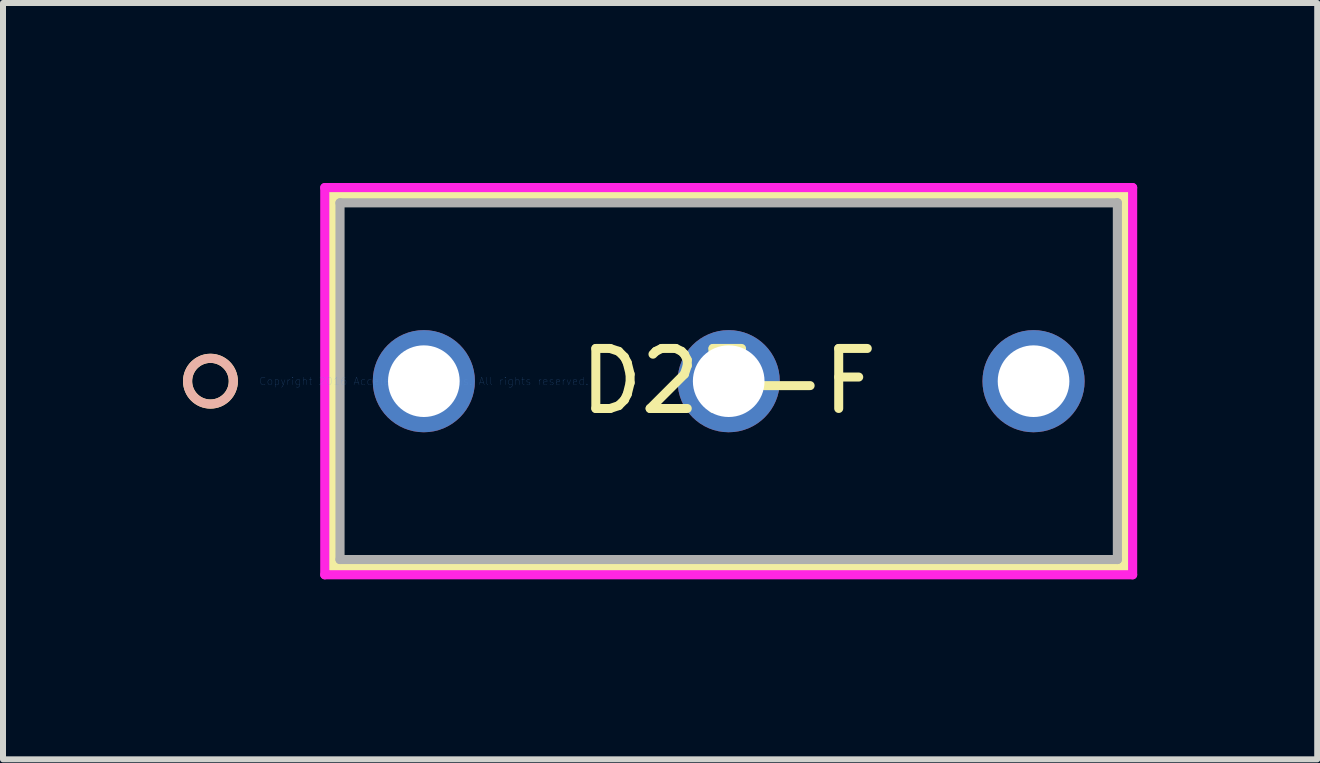
<source format=kicad_pcb>
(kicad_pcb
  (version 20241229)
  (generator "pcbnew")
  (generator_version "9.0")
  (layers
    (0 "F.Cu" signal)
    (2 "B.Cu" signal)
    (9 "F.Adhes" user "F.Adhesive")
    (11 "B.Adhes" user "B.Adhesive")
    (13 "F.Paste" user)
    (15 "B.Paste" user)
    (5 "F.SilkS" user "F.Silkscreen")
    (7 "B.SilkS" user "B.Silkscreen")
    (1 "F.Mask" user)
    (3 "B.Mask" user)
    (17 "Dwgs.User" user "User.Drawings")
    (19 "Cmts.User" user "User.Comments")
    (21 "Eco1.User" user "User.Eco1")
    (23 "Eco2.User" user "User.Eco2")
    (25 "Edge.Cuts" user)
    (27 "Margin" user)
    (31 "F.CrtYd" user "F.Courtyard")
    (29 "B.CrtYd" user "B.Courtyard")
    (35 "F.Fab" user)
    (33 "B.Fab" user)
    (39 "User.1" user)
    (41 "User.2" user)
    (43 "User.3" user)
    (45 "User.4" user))
  (footprint "D2F-F"
    (layer "F.Cu")
    (at 4.013 3.302)
    (property "Reference" "D2F-F" (at 5.08 0 0) (layer "F.SilkS") (effects (font (size 1 1) (thickness 0.15))))
    (attr through_hole)
    (fp_line (start -1.524 -3.099) (end -1.524 3.099) (stroke (width 0.152) (type solid)) (layer "F.SilkS"))
    (fp_line (start -1.524 3.099) (end 11.684 3.099) (stroke (width 0.152) (type solid)) (layer "F.SilkS"))
    (fp_line (start 11.684 -3.099) (end -1.524 -3.099) (stroke (width 0.152) (type solid)) (layer "F.SilkS"))
    (fp_line (start 11.684 3.099) (end 11.684 -3.099) (stroke (width 0.152) (type solid)) (layer "F.SilkS"))
    (fp_circle (center -3.556 0) (end -3.175 0) (stroke (width 0.152) (type solid)) (fill no) (layer "F.SilkS"))
    (fp_circle (center -3.556 0) (end -3.175 0) (stroke (width 0.152) (type solid)) (fill no) (layer "B.SilkS"))
    (fp_line (start -1.651 -3.226) (end -1.651 3.226) (stroke (width 0.152) (type solid)) (layer "F.CrtYd"))
    (fp_line (start -1.651 3.226) (end 11.811 3.226) (stroke (width 0.152) (type solid)) (layer "F.CrtYd"))
    (fp_line (start 11.811 -3.226) (end -1.651 -3.226) (stroke (width 0.152) (type solid)) (layer "F.CrtYd"))
    (fp_line (start 11.811 3.226) (end 11.811 -3.226) (stroke (width 0.152) (type solid)) (layer "F.CrtYd"))
    (fp_line (start -1.397 -2.972) (end -1.397 2.972) (stroke (width 0.152) (type solid)) (layer "F.Fab"))
    (fp_line (start -1.397 2.972) (end 11.557 2.972) (stroke (width 0.152) (type solid)) (layer "F.Fab"))
    (fp_line (start 11.557 -2.972) (end -1.397 -2.972) (stroke (width 0.152) (type solid)) (layer "F.Fab"))
    (fp_line (start 11.557 2.972) (end 11.557 -2.972) (stroke (width 0.152) (type solid)) (layer "F.Fab"))
    (fp_circle (center 0 0) (end 0.381 0) (stroke (width 0.152) (type solid)) (fill no) (layer "F.Fab"))
    (fp_text user "Copyright 2016 Accelerated Designs. All rights reserved." (at 0 0 0) (layer "Cmts.User") (effects (font (size 0.127 0.127) (thickness 0.002))))
    (pad "1" thru_hole circle (at 0 0) (size 1.702 1.702) (drill 1.194) (layers "*.Cu" "*.Mask"))
    (pad "2" thru_hole circle (at 5.08 0) (size 1.702 1.702) (drill 1.194) (layers "*.Cu" "*.Mask"))
    (pad "3" thru_hole circle (at 10.16 0) (size 1.702 1.702) (drill 1.194) (layers "*.Cu" "*.Mask")))
  (gr_rect
    (start -3 -3)
    (end 18.9 9.604)
    (stroke (width 0.1) (type default))
    (fill no)
    (layer "Edge.Cuts")))
</source>
